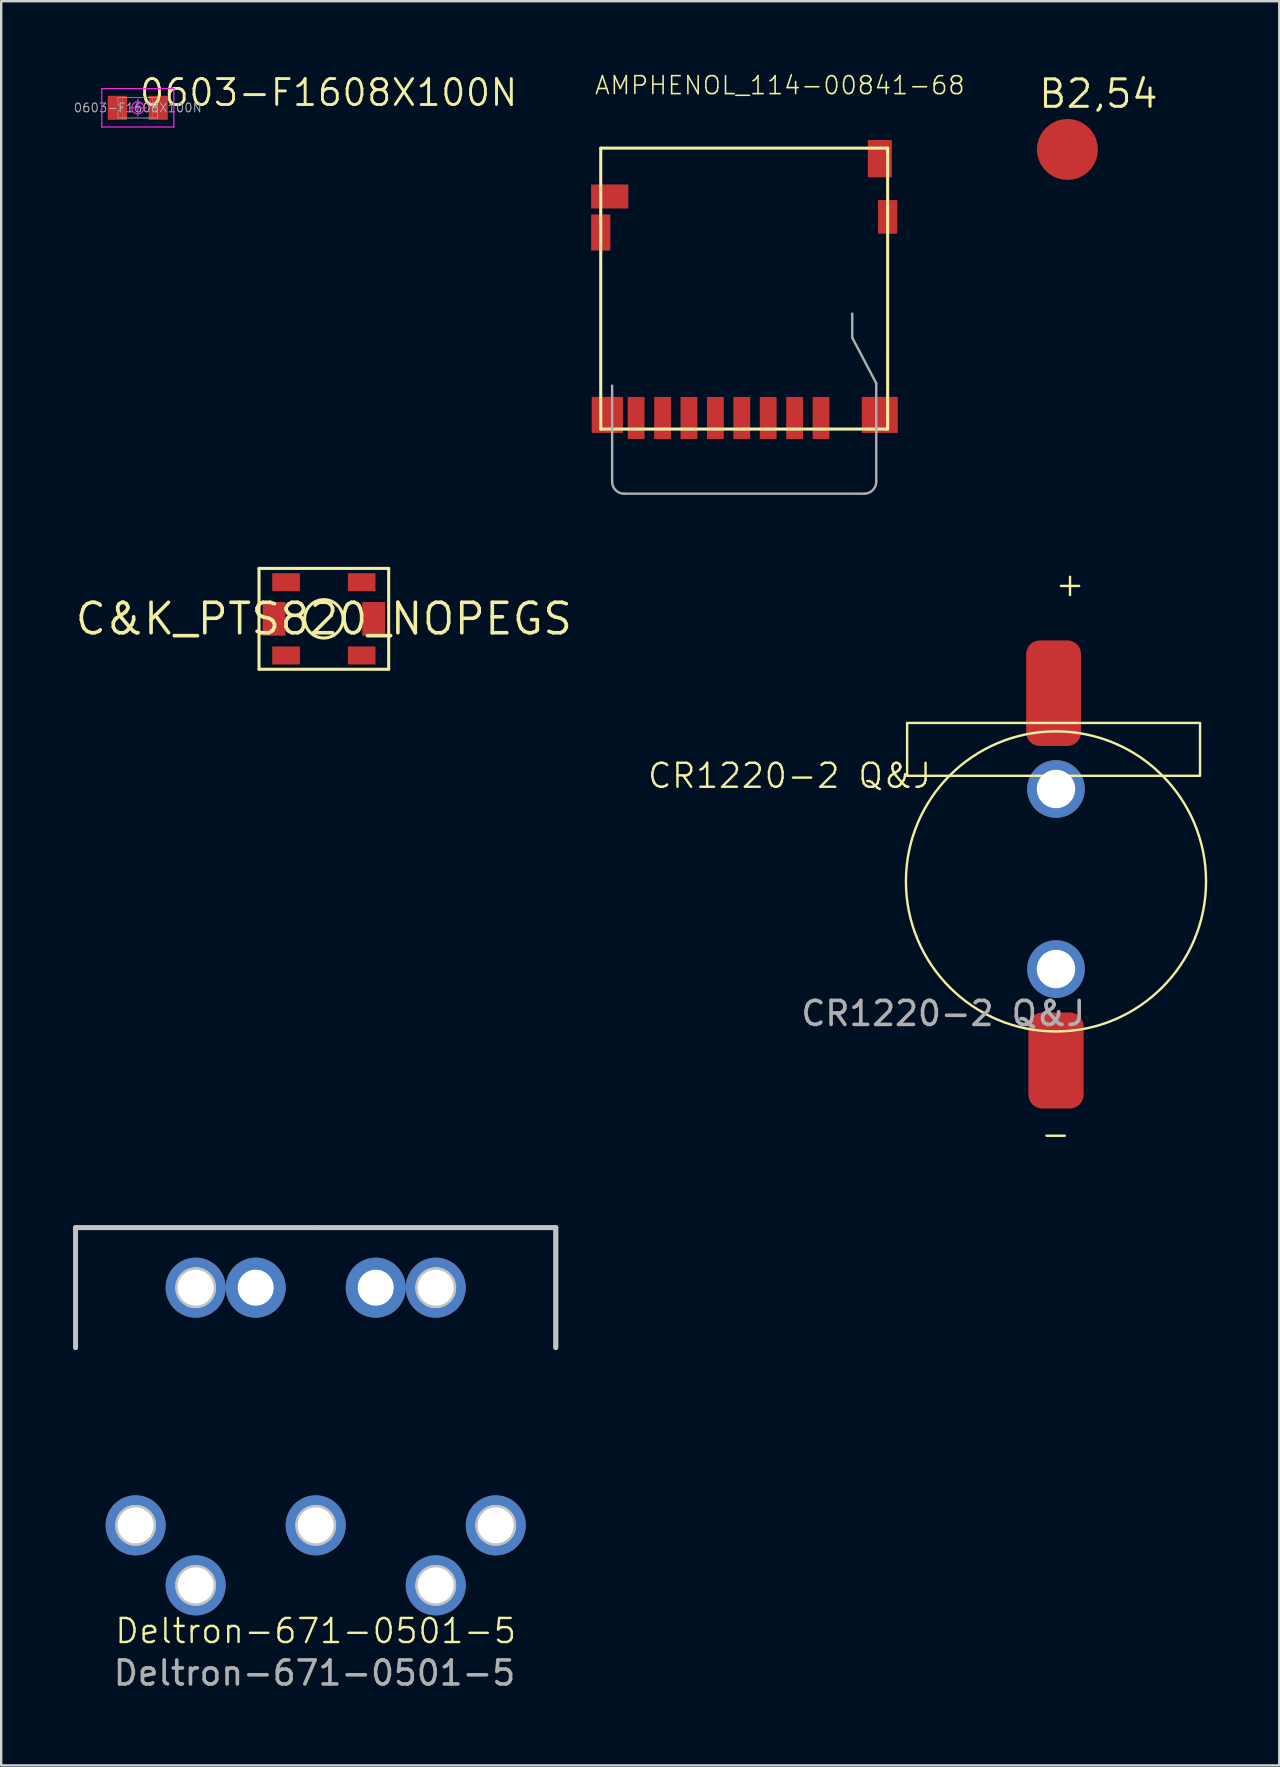
<source format=kicad_pcb>
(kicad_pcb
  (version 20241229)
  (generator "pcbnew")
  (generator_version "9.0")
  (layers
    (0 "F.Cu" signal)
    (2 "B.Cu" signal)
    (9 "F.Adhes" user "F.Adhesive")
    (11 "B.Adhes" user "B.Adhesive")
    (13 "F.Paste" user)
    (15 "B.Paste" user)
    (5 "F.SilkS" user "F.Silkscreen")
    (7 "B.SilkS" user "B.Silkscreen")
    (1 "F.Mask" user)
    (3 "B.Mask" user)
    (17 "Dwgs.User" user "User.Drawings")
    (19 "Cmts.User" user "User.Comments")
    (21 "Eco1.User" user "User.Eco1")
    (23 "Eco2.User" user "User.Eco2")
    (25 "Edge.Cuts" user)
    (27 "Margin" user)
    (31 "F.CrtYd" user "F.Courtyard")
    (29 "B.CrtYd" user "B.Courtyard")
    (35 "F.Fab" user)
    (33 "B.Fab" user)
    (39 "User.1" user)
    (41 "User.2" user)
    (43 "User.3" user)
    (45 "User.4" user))
  (footprint "Deltron-671-0501-5"
    (layer "F.Cu")
    (at 10.1 60.484)
    (property "Reference" "Deltron-671-0501-5" (at 0 4.4 0) (unlocked yes) (layer "F.SilkS") (effects (font (size 1 1) (thickness 0.1))))
    (attr through_hole)
    (fp_line (start -10 -12.4) (end -10 -7.4) (stroke (width 0.2) (type default)) (layer "Dwgs.User"))
    (fp_line (start -10 -12.4) (end -10 -7.4) (stroke (width 0.2) (type default)) (layer "Dwgs.User"))
    (fp_line (start 0 -12.4) (end -10 -12.4) (stroke (width 0.2) (type default)) (layer "Dwgs.User"))
    (fp_line (start 0 -12.4) (end -10 -12.4) (stroke (width 0.2) (type default)) (layer "Dwgs.User"))
    (fp_line (start 0 -12.4) (end 10 -12.4) (stroke (width 0.2) (type default)) (layer "Dwgs.User"))
    (fp_line (start 0 -12.4) (end 10 -12.4) (stroke (width 0.2) (type default)) (layer "Dwgs.User"))
    (fp_line (start 10 -12.4) (end 10 -7.4) (stroke (width 0.2) (type default)) (layer "Dwgs.User"))
    (fp_line (start 10 -12.4) (end 10 -7.4) (stroke (width 0.2) (type default)) (layer "Dwgs.User"))
    (fp_circle (center -7.5 0) (end -6.75 0) (stroke (width 0.2) (type default)) (fill no) (layer "Dwgs.User"))
    (fp_circle (center -7.5 0) (end -6.75 0) (stroke (width 0.2) (type default)) (fill no) (layer "Dwgs.User"))
    (fp_circle (center -5 -9.9) (end -4.25 -9.9) (stroke (width 0.2) (type default)) (fill no) (layer "Dwgs.User"))
    (fp_circle (center -5 -9.9) (end -4.25 -9.9) (stroke (width 0.2) (type default)) (fill no) (layer "Dwgs.User"))
    (fp_circle (center -5 2.5) (end -4.25 2.5) (stroke (width 0.2) (type default)) (fill no) (layer "Dwgs.User"))
    (fp_circle (center -5 2.5) (end -4.25 2.5) (stroke (width 0.2) (type default)) (fill no) (layer "Dwgs.User"))
    (fp_circle (center 0 0) (end 0.75 0) (stroke (width 0.2) (type default)) (fill no) (layer "Dwgs.User"))
    (fp_circle (center 0 0) (end 0.75 0) (stroke (width 0.2) (type default)) (fill no) (layer "Dwgs.User"))
    (fp_circle (center 5 -9.9) (end 5.75 -9.9) (stroke (width 0.2) (type default)) (fill no) (layer "Dwgs.User"))
    (fp_circle (center 5 -9.9) (end 5.75 -9.9) (stroke (width 0.2) (type default)) (fill no) (layer "Dwgs.User"))
    (fp_circle (center 5 2.5) (end 5.75 2.5) (stroke (width 0.2) (type default)) (fill no) (layer "Dwgs.User"))
    (fp_circle (center 5 2.5) (end 5.75 2.5) (stroke (width 0.2) (type default)) (fill no) (layer "Dwgs.User"))
    (fp_circle (center 7.5 0) (end 8.25 0) (stroke (width 0.2) (type default)) (fill no) (layer "Dwgs.User"))
    (fp_circle (center 7.5 0) (end 8.25 0) (stroke (width 0.2) (type default)) (fill no) (layer "Dwgs.User"))
    (fp_text user "${REFERENCE}" (at -0.05 6.15 0) (unlocked yes) (layer "F.Fab") (effects (font (size 1 1) (thickness 0.15))))
    (pad "1" thru_hole circle (at -7.5 0) (size 2.5 2.5) (drill 1.5) (layers "*.Cu" "*.Mask"))
    (pad "2" thru_hole circle (at 0 0) (size 2.5 2.5) (drill 1.5) (layers "*.Cu" "*.Mask"))
    (pad "3" thru_hole circle (at 7.5 0) (size 2.5 2.5) (drill 1.5) (layers "*.Cu" "*.Mask"))
    (pad "4" thru_hole circle (at -5 2.5) (size 2.5 2.5) (drill 1.5) (layers "*.Cu" "*.Mask"))
    (pad "5" thru_hole circle (at 5 2.5) (size 2.5 2.5) (drill 1.5) (layers "*.Cu" "*.Mask"))
    (pad "NC1" thru_hole circle (at -5 -9.9) (size 2.5 2.5) (drill 1.5) (layers "*.Cu" "*.Mask"))
    (pad "NC1" thru_hole circle (at -2.5 -9.9) (size 2.5 2.5) (drill 1.5) (layers "*.Cu" "*.Mask"))
    (pad "NC2" thru_hole circle (at 2.5 -9.9) (size 2.5 2.5) (drill 1.5) (layers "*.Cu" "*.Mask"))
    (pad "NC2" thru_hole circle (at 5 -9.9) (size 2.5 2.5) (drill 1.5) (layers "*.Cu" "*.Mask")))
  (footprint "CR1220-2 Q&J"
    (layer "F.Cu")
    (at 40.934 33.563)
    (property "Reference" "CR1220-2 Q&J" (at -11.1 -4.3 0) (unlocked yes) (layer "F.SilkS") (effects (font (size 1 1) (thickness 0.1))))
    (attr smd)
    (fp_rect (start -6.2 -6.5) (end 6 -4.3) (stroke (width 0.1) (type default)) (fill no) (layer "F.SilkS"))
    (fp_circle (center 0 0.1) (end 6.25 0.1) (stroke (width 0.1) (type default)) (fill no) (layer "F.SilkS"))
    (fp_text user "+" (at -0.1 -11.7 0) (unlocked yes) (layer "F.SilkS") (effects (font (size 1 1) (thickness 0.1)) (justify left bottom)))
    (fp_text user "-" (at -0.7 11.2 0) (unlocked yes) (layer "F.SilkS") (effects (font (size 1 1) (thickness 0.1)) (justify left bottom)))
    (fp_text user "${REFERENCE}" (at -4.7 5.6 0) (unlocked yes) (layer "F.Fab") (effects (font (size 1 1) (thickness 0.15))))
    (pad "+$1" smd roundrect (at -0.1 -7.74) (size 2.286 4.4) (layers "F.Cu" "F.Mask" "F.Paste") (roundrect_rratio 0.25))
    (pad "-" smd roundrect (at 0 7.56) (size 2.3 4) (layers "F.Cu" "F.Mask" "F.Paste") (roundrect_rratio 0.25))
    (pad "NC1" thru_hole circle (at 0 -3.75) (size 2.4 2.4) (drill 1.6) (layers "*.Cu" "*.Mask"))
    (pad "NC2" thru_hole circle (at 0 3.75) (size 2.4 2.4) (drill 1.6) (layers "*.Cu" "*.Mask")))
  (footprint "B2,54"
    (layer "F.Cu")
    (at 41.411 3.175)
    (property "Reference" "B2,54" (at -1.27 -1.651 0) (unlocked yes) (layer "F.SilkS") (effects (font (size 1.143 1.143) (thickness 0.127)) (justify left bottom)))
    (pad "PP" smd roundrect (at 0 0) (size 2.54 2.54) (layers "F.Cu" "F.Mask") (roundrect_rratio 0.5)))
  (footprint "AMPHENOL_114-00841-68"
    (layer "F.Cu")
    (at 27.947 8.471)
    (property "Reference" "AMPHENOL_114-00841-68" (at -6.27 -7.528 0) (unlocked yes) (layer "F.SilkS") (effects (font (size 0.748 0.748) (thickness 0.065)) (justify left bottom)))
    (fp_line (start -5.975 6.35) (end -5.975 -5.35) (stroke (width 0.127) (type solid)) (layer "F.SilkS"))
    (fp_line (start 5.975 -5.35) (end -5.975 -5.35) (stroke (width 0.127) (type solid)) (layer "F.SilkS"))
    (fp_line (start 5.975 -5.35) (end 5.975 6.35) (stroke (width 0.127) (type solid)) (layer "F.SilkS"))
    (fp_line (start 5.975 6.35) (end -5.975 6.35) (stroke (width 0.127) (type solid)) (layer "F.SilkS"))
    (fp_line (start -5.5 8.542) (end -5.5 4.542) (stroke (width 0.1) (type solid)) (layer "F.Fab"))
    (fp_line (start 4.5 1.542) (end 4.5 2.542) (stroke (width 0.1) (type solid)) (layer "F.Fab"))
    (fp_line (start 4.5 2.542) (end 5.5 4.442) (stroke (width 0.1) (type solid)) (layer "F.Fab"))
    (fp_line (start 5 9.042) (end -5 9.042) (stroke (width 0.1) (type solid)) (layer "F.Fab"))
    (fp_line (start 5.5 4.442) (end 5.5 8.542) (stroke (width 0.1) (type solid)) (layer "F.Fab"))
    (fp_arc (start -5 9.042) (mid -5.353553 8.895553) (end -5.5 8.542) (stroke (width 0.1) (type solid)) (layer "F.Fab"))
    (fp_arc (start 5.5 8.542) (mid 5.353553 8.895553) (end 5 9.042) (stroke (width 0.1) (type solid)) (layer "F.Fab"))
    (pad "1" smd rect (at 3.2 5.888 180) (size 0.7 1.75) (layers "F.Cu" "F.Mask" "F.Paste"))
    (pad "2" smd rect (at 2.1 5.888 180) (size 0.7 1.75) (layers "F.Cu" "F.Mask" "F.Paste"))
    (pad "3" smd rect (at 1 5.888 180) (size 0.7 1.75) (layers "F.Cu" "F.Mask" "F.Paste"))
    (pad "4" smd rect (at -0.1 5.888 180) (size 0.7 1.75) (layers "F.Cu" "F.Mask" "F.Paste"))
    (pad "5" smd rect (at -1.2 5.888 180) (size 0.7 1.75) (layers "F.Cu" "F.Mask" "F.Paste"))
    (pad "6" smd rect (at -2.3 5.888 180) (size 0.7 1.75) (layers "F.Cu" "F.Mask" "F.Paste"))
    (pad "7" smd rect (at -3.4 5.888 180) (size 0.7 1.75) (layers "F.Cu" "F.Mask" "F.Paste"))
    (pad "8" smd rect (at -4.5 5.888 180) (size 0.7 1.75) (layers "F.Cu" "F.Mask" "F.Paste"))
    (pad "CD1" smd rect (at 5.65 -4.912 180) (size 1 1.55) (layers "F.Cu" "F.Mask" "F.Paste"))
    (pad "CD2" smd rect (at -5.602 -3.337 270) (size 1 1.55) (layers "F.Cu" "F.Mask" "F.Paste"))
    (pad "SH1" smd rect (at -5.7 5.76 180) (size 1.3 1.5) (layers "F.Cu" "F.Mask" "F.Paste"))
    (pad "SH2" smd rect (at 5.65 5.76 180) (size 1.5 1.5) (layers "F.Cu" "F.Mask" "F.Paste"))
    (pad "SH3" smd rect (at 5.975 -2.487 180) (size 0.8 1.4) (layers "F.Cu" "F.Mask" "F.Paste"))
    (pad "SH4" smd rect (at -5.975 -1.837 180) (size 0.8 1.5) (layers "F.Cu" "F.Mask" "F.Paste")))
  (footprint "0603-F1608X100N"
    (layer "F.Cu")
    (at 2.689 1.44)
    (property "Reference" "0603-F1608X100N" (at 0 0 0) (unlocked yes) (layer "F.SilkS") (effects (font (size 1.08 1.08) (thickness 0.12)) (justify left bottom)))
    (fp_line (start -1.5 -0.8) (end -1.5 0.8) (stroke (width 0.05) (type solid)) (layer "F.CrtYd"))
    (fp_line (start -1.5 0.8) (end 1.5 0.8) (stroke (width 0.05) (type solid)) (layer "F.CrtYd"))
    (fp_line (start 0 0.35) (end 0 -0.35) (stroke (width 0.05) (type solid)) (layer "F.CrtYd"))
    (fp_line (start 0.35 0) (end -0.35 0) (stroke (width 0.05) (type solid)) (layer "F.CrtYd"))
    (fp_line (start 1.5 -0.8) (end -1.5 -0.8) (stroke (width 0.05) (type solid)) (layer "F.CrtYd"))
    (fp_line (start 1.5 0.8) (end 1.5 -0.8) (stroke (width 0.05) (type solid)) (layer "F.CrtYd"))
    (fp_circle (center 0 0) (end 0.25 0) (stroke (width 0.05) (type solid)) (fill no) (layer "F.CrtYd"))
    (fp_line (start -0.825 -0.425) (end 0.825 -0.425) (stroke (width 0.025) (type solid)) (layer "F.Fab"))
    (fp_line (start -0.825 -0.125) (end -0.825 -0.425) (stroke (width 0.025) (type solid)) (layer "F.Fab"))
    (fp_line (start -0.825 0.425) (end -0.825 0.125) (stroke (width 0.025) (type solid)) (layer "F.Fab"))
    (fp_line (start -0.625 -0.425) (end -0.625 0.425) (stroke (width 0.01) (type solid)) (layer "F.Fab"))
    (fp_line (start -0.625 0.425) (end 0.625 0.425) (stroke (width 0.01) (type solid)) (layer "F.Fab"))
    (fp_line (start 0.625 -0.425) (end -0.625 -0.425) (stroke (width 0.01) (type solid)) (layer "F.Fab"))
    (fp_line (start 0.625 0.425) (end 0.625 -0.425) (stroke (width 0.01) (type solid)) (layer "F.Fab"))
    (fp_line (start 0.825 -0.425) (end 0.825 -0.125) (stroke (width 0.025) (type solid)) (layer "F.Fab"))
    (fp_line (start 0.825 0.125) (end 0.825 0.425) (stroke (width 0.025) (type solid)) (layer "F.Fab"))
    (fp_line (start 0.825 0.425) (end -0.825 0.425) (stroke (width 0.025) (type solid)) (layer "F.Fab"))
    (fp_arc (start -0.825 -0.125) (mid -0.736612 -0.088388) (end -0.7 0) (stroke (width 0.025) (type solid)) (layer "F.Fab"))
    (fp_arc (start -0.7 0) (mid -0.736612 0.088388) (end -0.825 0.125) (stroke (width 0.025) (type solid)) (layer "F.Fab"))
    (fp_arc (start 0.7 0) (mid 0.736612 -0.088388) (end 0.825 -0.125) (stroke (width 0.025) (type solid)) (layer "F.Fab"))
    (fp_arc (start 0.825 0.125) (mid 0.736612 0.088388) (end 0.7 0) (stroke (width 0.025) (type solid)) (layer "F.Fab"))
    (fp_text user "${REFERENCE}" (at 0 0 0) (unlocked yes) (layer "F.Fab") (effects (font (size 0.366 0.366) (thickness 0.041))))
    (pad "1" smd roundrect (at -0.85 0) (size 0.8 1) (layers "F.Cu" "F.Mask" "F.Paste") (roundrect_rratio 0.015))
    (pad "2" smd roundrect (at 0.85 0) (size 0.8 1) (layers "F.Cu" "F.Mask" "F.Paste") (roundrect_rratio 0.015)))
  (footprint "C&K_PTS820_NOPEGS"
    (layer "F.Cu")
    (at 10.439 22.726)
    (property "Reference" "C&K_PTS820_NOPEGS" (at 0 0 0) (layer "F.SilkS") (effects (font (size 1.27 1.27) (thickness 0.15))))
    (fp_line (start -2.7 -2.1) (end -2.7 2.1) (stroke (width 0.127) (type solid)) (layer "F.SilkS"))
    (fp_line (start -2.7 2.1) (end 2.7 2.1) (stroke (width 0.127) (type solid)) (layer "F.SilkS"))
    (fp_line (start 2.7 -2.1) (end -2.7 -2.1) (stroke (width 0.127) (type solid)) (layer "F.SilkS"))
    (fp_line (start 2.7 2.1) (end 2.7 -2.1) (stroke (width 0.127) (type solid)) (layer "F.SilkS"))
    (fp_circle (center 0 0) (end 0.8 0) (stroke (width 0.127) (type solid)) (fill no) (layer "F.SilkS"))
    (pad "1" smd rect (at -1.575 -1.525 180) (size 1.15 0.75) (layers "F.Cu" "F.Mask" "F.Paste"))
    (pad "2" smd rect (at -1.575 1.525 180) (size 1.15 0.75) (layers "F.Cu" "F.Mask" "F.Paste"))
    (pad "3" smd rect (at 1.575 -1.525 180) (size 1.15 0.75) (layers "F.Cu" "F.Mask" "F.Paste"))
    (pad "4" smd rect (at 1.575 1.525 180) (size 1.15 0.75) (layers "F.Cu" "F.Mask" "F.Paste"))
    (pad "5" smd rect (at -2.075 0 90) (size 1.4 0.95) (layers "F.Cu" "F.Mask" "F.Paste"))
    (pad "6" smd rect (at 2.075 0 90) (size 1.4 0.95) (layers "F.Cu" "F.Mask" "F.Paste")))
  (gr_rect
    (start -3 -3)
    (end 50.234 70.482)
    (stroke (width 0.1) (type default))
    (fill no)
    (layer "Edge.Cuts")))
</source>
